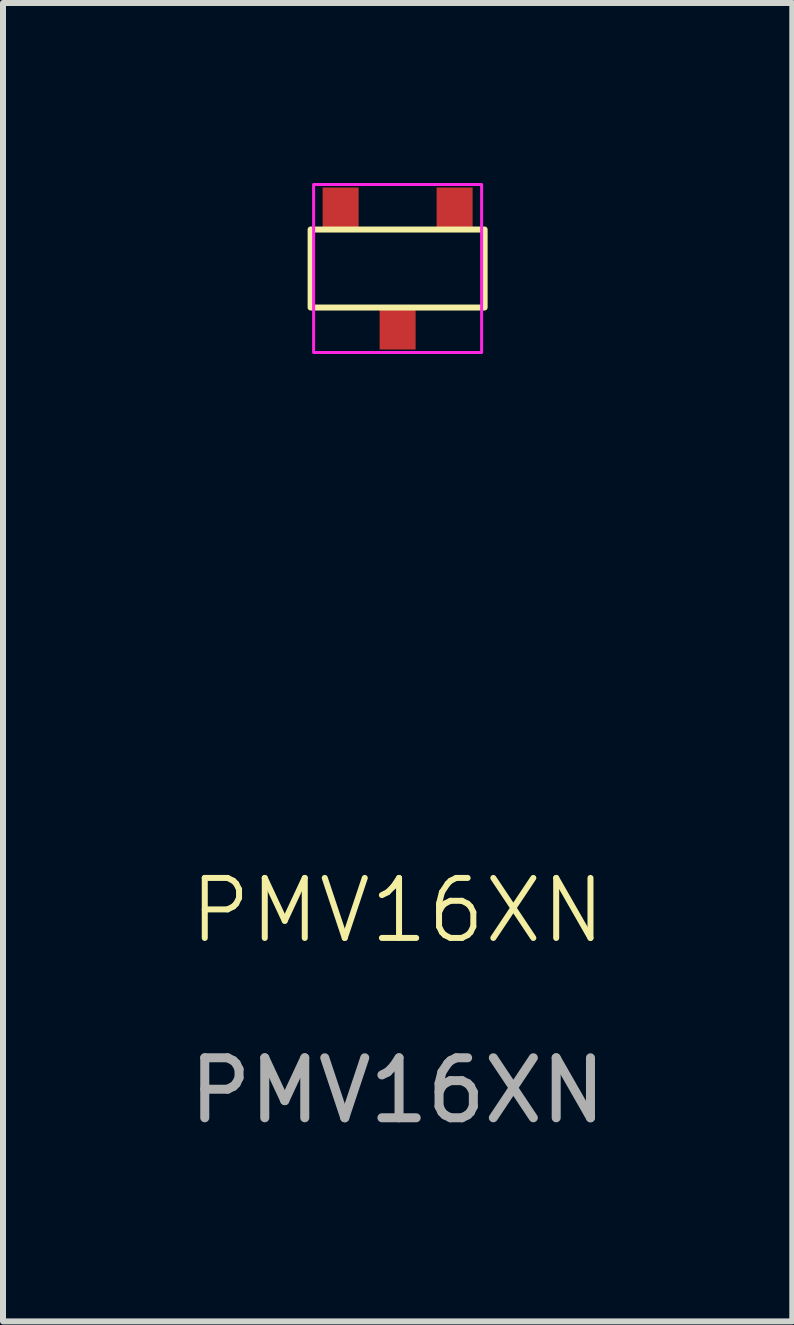
<source format=kicad_pcb>
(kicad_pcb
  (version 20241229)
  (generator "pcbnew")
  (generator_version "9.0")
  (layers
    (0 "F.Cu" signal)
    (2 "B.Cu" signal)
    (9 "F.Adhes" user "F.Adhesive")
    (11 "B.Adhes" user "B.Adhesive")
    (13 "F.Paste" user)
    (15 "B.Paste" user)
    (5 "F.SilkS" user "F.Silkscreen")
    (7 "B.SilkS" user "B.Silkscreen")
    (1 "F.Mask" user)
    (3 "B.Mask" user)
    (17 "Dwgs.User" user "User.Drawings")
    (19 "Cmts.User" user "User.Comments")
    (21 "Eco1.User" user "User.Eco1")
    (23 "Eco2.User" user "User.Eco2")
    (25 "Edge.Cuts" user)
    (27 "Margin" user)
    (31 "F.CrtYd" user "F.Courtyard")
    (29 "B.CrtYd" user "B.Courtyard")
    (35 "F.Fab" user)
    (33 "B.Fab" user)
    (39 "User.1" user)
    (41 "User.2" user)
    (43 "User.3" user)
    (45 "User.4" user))
  (footprint "PMV16XN"
    (layer "F.Cu")
    (at 3.577 1.425)
    (property "Reference" "PMV16XN" (at 0 10.7 0) (unlocked yes) (layer "F.SilkS") (effects (font (size 1 1) (thickness 0.1))))
    (attr smd)
    (fp_rect (start -1.45 -0.65) (end 1.45 0.65) (stroke (width 0.1) (type default)) (fill no) (layer "F.SilkS"))
    (fp_rect (start -1.4 -1.4) (end 1.4 1.4) (stroke (width 0.05) (type default)) (fill no) (layer "F.CrtYd"))
    (fp_text user "${REFERENCE}" (at 0 13.7 0) (unlocked yes) (layer "F.Fab") (effects (font (size 1 1) (thickness 0.15))))
    (pad "1" smd rect (at -0.95 -1) (size 0.6 0.7) (layers "F.Cu" "F.Mask" "F.Paste"))
    (pad "1" smd rect (at 0 1) (size 0.6 0.7) (layers "F.Cu" "F.Mask" "F.Paste"))
    (pad "1" smd rect (at 0.95 -1) (size 0.6 0.7) (layers "F.Cu" "F.Mask" "F.Paste")))
  (gr_rect
    (start -3 -3)
    (end 10.155 18.973)
    (stroke (width 0.1) (type default))
    (fill no)
    (layer "Edge.Cuts")))
</source>
